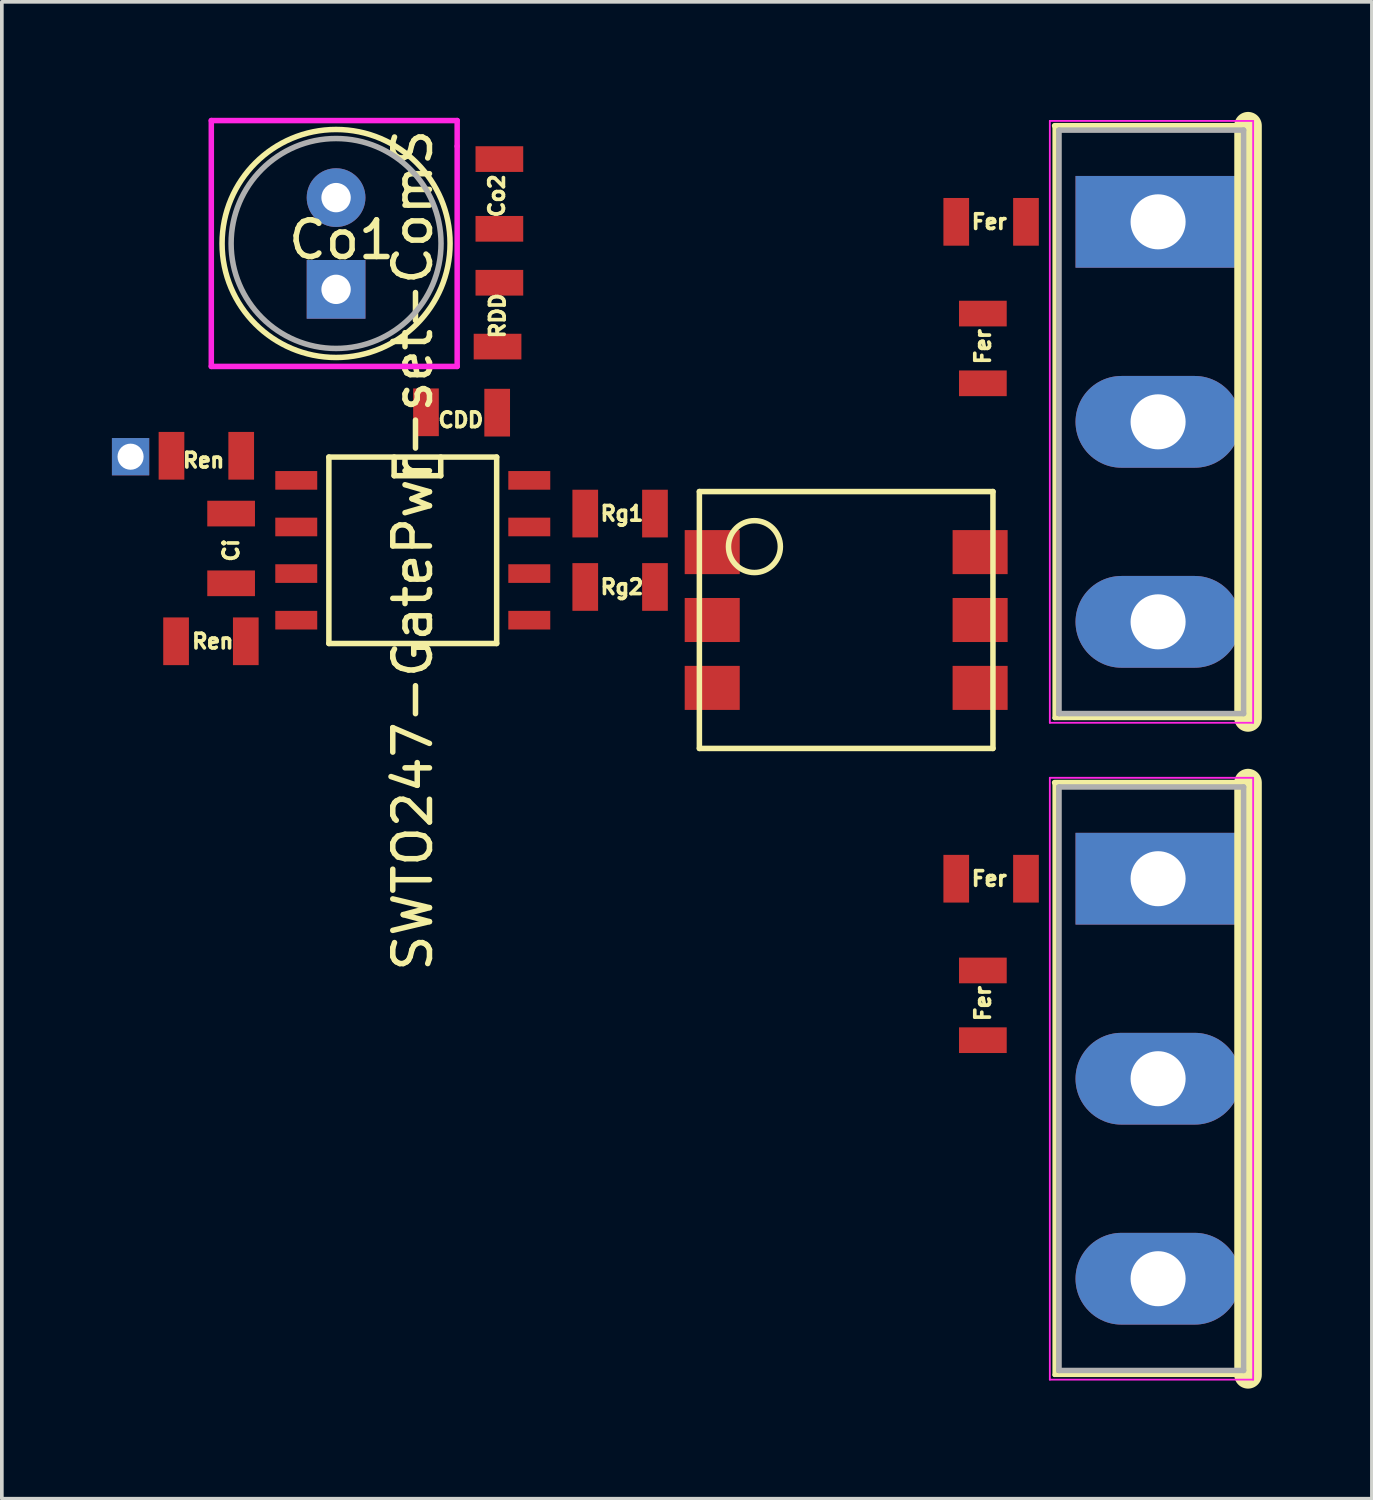
<source format=kicad_pcb>
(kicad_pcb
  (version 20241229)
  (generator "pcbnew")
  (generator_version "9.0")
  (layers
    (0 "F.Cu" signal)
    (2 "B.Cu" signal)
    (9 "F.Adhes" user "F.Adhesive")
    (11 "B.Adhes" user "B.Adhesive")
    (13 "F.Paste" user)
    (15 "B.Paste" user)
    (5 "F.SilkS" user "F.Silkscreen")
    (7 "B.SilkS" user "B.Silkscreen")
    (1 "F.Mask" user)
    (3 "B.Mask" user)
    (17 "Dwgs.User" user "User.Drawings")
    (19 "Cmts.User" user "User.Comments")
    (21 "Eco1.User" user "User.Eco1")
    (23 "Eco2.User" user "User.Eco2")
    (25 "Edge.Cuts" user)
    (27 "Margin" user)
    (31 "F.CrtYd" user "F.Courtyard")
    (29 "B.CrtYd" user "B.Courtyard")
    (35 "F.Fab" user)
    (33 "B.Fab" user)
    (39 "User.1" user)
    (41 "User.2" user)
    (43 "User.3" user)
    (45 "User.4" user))
  (footprint "SWTO247-GatePwr-set-ComS"
    (layer "F.Cu")
    (at 28.508 17.395)
    (property "Reference" "SWTO247-GatePwr-set-ComS" (at -20.31 -5.45 90) (layer "F.SilkS") (effects (font (size 1 1) (thickness 0.15))))
    (attr smd)
    (fp_line (start -22.596 -7.99) (end -18.024 -7.99) (stroke (width 0.15) (type solid)) (layer "F.SilkS"))
    (fp_line (start -22.596 -2.91) (end -22.596 -7.99) (stroke (width 0.15) (type solid)) (layer "F.SilkS"))
    (fp_line (start -20.818 -7.482) (end -20.818 -7.99) (stroke (width 0.15) (type solid)) (layer "F.SilkS"))
    (fp_line (start -19.548 -7.99) (end -19.548 -7.482) (stroke (width 0.15) (type solid)) (layer "F.SilkS"))
    (fp_line (start -19.548 -7.482) (end -20.818 -7.482) (stroke (width 0.15) (type solid)) (layer "F.SilkS"))
    (fp_line (start -18.024 -7.99) (end -18.024 -2.91) (stroke (width 0.15) (type solid)) (layer "F.SilkS"))
    (fp_line (start -18.024 -2.91) (end -22.596 -2.91) (stroke (width 0.15) (type solid)) (layer "F.SilkS"))
    (fp_line (start -12.5 -7.05) (end -4.5 -7.05) (stroke (width 0.15) (type solid)) (layer "F.SilkS"))
    (fp_line (start -12.5 -0.05) (end -12.5 -7.05) (stroke (width 0.15) (type solid)) (layer "F.SilkS"))
    (fp_line (start -4.5 -7.05) (end -4.5 -0.05) (stroke (width 0.15) (type solid)) (layer "F.SilkS"))
    (fp_line (start -4.5 -0.05) (end -12.5 -0.05) (stroke (width 0.15) (type solid)) (layer "F.SilkS"))
    (fp_line (start -2.82 -17.02) (end -2.82 -0.88) (stroke (width 0.12) (type solid)) (layer "F.SilkS"))
    (fp_line (start -2.82 0.88) (end -2.82 17.02) (stroke (width 0.12) (type solid)) (layer "F.SilkS"))
    (fp_line (start 2.451 -17.02) (end -2.82 -17.02) (stroke (width 0.15) (type solid)) (layer "F.SilkS"))
    (fp_line (start 2.451 -17.02) (end 2.451 -0.88) (stroke (width 0.75) (type solid)) (layer "F.SilkS"))
    (fp_line (start 2.451 -0.88) (end -2.82 -0.88) (stroke (width 0.12) (type solid)) (layer "F.SilkS"))
    (fp_line (start 2.451 0.88) (end -2.82 0.88) (stroke (width 0.15) (type solid)) (layer "F.SilkS"))
    (fp_line (start 2.451 0.88) (end 2.451 17.02) (stroke (width 0.75) (type solid)) (layer "F.SilkS"))
    (fp_line (start 2.451 17.02) (end -2.82 17.02) (stroke (width 0.12) (type solid)) (layer "F.SilkS"))
    (fp_circle (center -22.4 -13.81) (end -25 -12.11) (stroke (width 0.15) (type solid)) (fill no) (layer "F.SilkS"))
    (fp_circle (center -11 -5.55) (end -11.5 -6.05) (stroke (width 0.15) (type solid)) (fill no) (layer "F.SilkS"))
    (fp_line (start -25.8 -17.16) (end -19.1 -17.16) (stroke (width 0.15) (type solid)) (layer "F.CrtYd"))
    (fp_line (start -25.8 -10.46) (end -25.8 -17.16) (stroke (width 0.15) (type solid)) (layer "F.CrtYd"))
    (fp_line (start -19.1 -16.46) (end -19.1 -17.16) (stroke (width 0.15) (type solid)) (layer "F.CrtYd"))
    (fp_line (start -19.1 -10.46) (end -25.8 -10.46) (stroke (width 0.15) (type solid)) (layer "F.CrtYd"))
    (fp_line (start -19.1 -10.46) (end -19.1 -16.46) (stroke (width 0.15) (type solid)) (layer "F.CrtYd"))
    (fp_line (start -2.95 -17.15) (end -2.95 -0.75) (stroke (width 0.05) (type solid)) (layer "F.CrtYd"))
    (fp_line (start -2.95 -0.75) (end 2.59 -0.75) (stroke (width 0.05) (type solid)) (layer "F.CrtYd"))
    (fp_line (start -2.95 0.75) (end -2.95 17.15) (stroke (width 0.05) (type solid)) (layer "F.CrtYd"))
    (fp_line (start -2.95 17.15) (end 2.59 17.15) (stroke (width 0.05) (type solid)) (layer "F.CrtYd"))
    (fp_line (start 2.59 -17.15) (end -2.95 -17.15) (stroke (width 0.05) (type solid)) (layer "F.CrtYd"))
    (fp_line (start 2.59 -0.75) (end 2.59 -17.15) (stroke (width 0.05) (type solid)) (layer "F.CrtYd"))
    (fp_line (start 2.59 0.75) (end -2.95 0.75) (stroke (width 0.05) (type solid)) (layer "F.CrtYd"))
    (fp_line (start 2.59 17.15) (end 2.59 0.75) (stroke (width 0.05) (type solid)) (layer "F.CrtYd"))
    (fp_line (start -2.7 -16.9) (end -2.7 -1) (stroke (width 0.15) (type solid)) (layer "F.Fab"))
    (fp_line (start -2.7 -1) (end 2.33 -1) (stroke (width 0.15) (type solid)) (layer "F.Fab"))
    (fp_line (start -2.7 1) (end -2.7 16.9) (stroke (width 0.15) (type solid)) (layer "F.Fab"))
    (fp_line (start -2.7 16.9) (end 2.33 16.9) (stroke (width 0.15) (type solid)) (layer "F.Fab"))
    (fp_line (start 2.33 -16.9) (end -2.7 -16.9) (stroke (width 0.15) (type solid)) (layer "F.Fab"))
    (fp_line (start 2.33 -1) (end 2.33 -16.9) (stroke (width 0.15) (type solid)) (layer "F.Fab"))
    (fp_line (start 2.33 1) (end -2.7 1) (stroke (width 0.15) (type solid)) (layer "F.Fab"))
    (fp_line (start 2.33 16.9) (end 2.33 1) (stroke (width 0.15) (type solid)) (layer "F.Fab"))
    (fp_circle (center -22.4 -13.81) (end -24.7 -12.11) (stroke (width 0.15) (type solid)) (fill no) (layer "F.Fab"))
    (fp_text user "Ren" (at -25.76 -2.97 0) (layer "F.SilkS") (effects (font (size 0.4 0.4) (thickness 0.1))))
    (fp_text user "RDD" (at -18 -11.84 90) (layer "F.SilkS") (effects (font (size 0.4 0.4) (thickness 0.1))))
    (fp_text user "CDD" (at -19 -9 0) (layer "F.SilkS") (effects (font (size 0.4 0.4) (thickness 0.1))))
    (fp_text user "Co1" (at -22.25 -13.91 0) (layer "F.SilkS") (effects (font (size 1 1) (thickness 0.15))))
    (fp_text user "Ci" (at -25.26 -5.45 90) (layer "F.SilkS") (effects (font (size 0.4 0.4) (thickness 0.1))))
    (fp_text user "Ren" (at -26.01 -7.9 0) (layer "F.SilkS") (effects (font (size 0.4 0.4) (thickness 0.1))))
    (fp_text user "Co2" (at -18.02 -15.11 90) (layer "F.SilkS") (effects (font (size 0.4 0.4) (thickness 0.1))))
    (fp_text user "Fer" (at -4.6 3.5 180) (layer "F.SilkS") (effects (font (size 0.4 0.4) (thickness 0.1))))
    (fp_text user "Fer" (at -4.775 -11 90) (layer "F.SilkS") (effects (font (size 0.4 0.4) (thickness 0.1))))
    (fp_text user "Fer" (at -4.775 6.9 90) (layer "F.SilkS") (effects (font (size 0.4 0.4) (thickness 0.1))))
    (fp_text user "Rg2" (at -14.61 -4.45 0) (layer "F.SilkS") (effects (font (size 0.4 0.4) (thickness 0.1))))
    (fp_text user "Fer" (at -4.6 -14.4 180) (layer "F.SilkS") (effects (font (size 0.4 0.4) (thickness 0.1))))
    (fp_text user "Rg1" (at -14.61 -6.45 0) (layer "F.SilkS") (effects (font (size 0.4 0.4) (thickness 0.1))))
    (pad "+Vo" thru_hole rect (at -22.4 -12.56 180) (size 1.6 1.6) (drill 0.8) (layers "*.Cu" "*.Mask"))
    (pad "+Vo" smd rect (at -17.95 -14.21 270) (size 0.7 1.3) (layers "F.Cu" "F.Mask" "F.Paste"))
    (pad "+Vo" smd rect (at -17.95 -12.74 90) (size 0.7 1.3) (layers "F.Cu" "F.Mask" "F.Paste"))
    (pad "1" smd rect (at -13.71 -6.45) (size 0.7 1.3) (layers "F.Cu" "F.Mask" "F.Paste"))
    (pad "1" smd rect (at -13.71 -4.45) (size 0.7 1.3) (layers "F.Cu" "F.Mask" "F.Paste"))
    (pad "1" smd rect (at -12.15 -5.4 180) (size 1.5 1.2) (layers "F.Cu" "F.Mask" "F.Paste"))
    (pad "2a" smd rect (at -12.15 -3.55 180) (size 1.5 1.2) (layers "F.Cu" "F.Mask" "F.Paste"))
    (pad "3" thru_hole circle (at -22.4 -15.06 180) (size 1.6 1.6) (drill 0.8) (layers "*.Cu" "*.Mask"))
    (pad "3" smd rect (at -19.95 -9.21) (size 0.7 1.3) (layers "F.Cu" "F.Mask" "F.Paste"))
    (pad "3" smd rect (at -17.95 -16.11 270) (size 0.7 1.3) (layers "F.Cu" "F.Mask" "F.Paste"))
    (pad "3" smd rect (at -17.135 -3.545 270) (size 0.508 1.143) (layers "F.Cu" "F.Mask" "F.Paste"))
    (pad "3" smd rect (at -12.15 -1.7 180) (size 1.5 1.2) (layers "F.Cu" "F.Mask" "F.Paste"))
    (pad "5a" smd rect (at -4.85 -3.55 180) (size 1.5 1.2) (layers "F.Cu" "F.Mask" "F.Paste"))
    (pad "6" smd rect (at -5.5 -14.4 180) (size 0.7 1.3) (layers "F.Cu" "F.Mask" "F.Paste"))
    (pad "6" smd rect (at -5.5 3.5 180) (size 0.7 1.3) (layers "F.Cu" "F.Mask" "F.Paste"))
    (pad "6" smd rect (at -4.85 -5.4 180) (size 1.5 1.2) (layers "F.Cu" "F.Mask" "F.Paste"))
    (pad "6" smd rect (at -4.775 -11.9 90) (size 0.7 1.3) (layers "F.Cu" "F.Mask" "F.Paste"))
    (pad "6" smd rect (at -4.775 6 90) (size 0.7 1.3) (layers "F.Cu" "F.Mask" "F.Paste"))
    (pad "Da" thru_hole oval (at 0 -8.95 180) (size 4.5 2.5) (drill 1.5) (layers "*.Cu" "*.Mask"))
    (pad "Db" thru_hole oval (at 0 8.95 180) (size 4.5 2.5) (drill 1.5) (layers "*.Cu" "*.Mask"))
    (pad "EN" smd rect (at -24.86 -2.97) (size 0.7 1.3) (layers "F.Cu" "F.Mask" "F.Paste"))
    (pad "EN" smd rect (at -23.485 -3.545 270) (size 0.508 1.143) (layers "F.Cu" "F.Mask" "F.Paste"))
    (pad "GNDi" smd rect (at -25.26 -4.55 270) (size 0.7 1.3) (layers "F.Cu" "F.Mask" "F.Paste"))
    (pad "GNDi" smd rect (at -23.485 -4.815 270) (size 0.508 1.143) (layers "F.Cu" "F.Mask" "F.Paste"))
    (pad "Ga" smd rect (at -3.6 -14.4 180) (size 0.7 1.3) (layers "F.Cu" "F.Mask" "F.Paste"))
    (pad "Ga" thru_hole rect (at 0 -14.4 180) (size 4.5 2.5) (drill 1.5) (layers "*.Cu" "*.Mask"))
    (pad "Gb" smd rect (at -3.6 3.5 180) (size 0.7 1.3) (layers "F.Cu" "F.Mask" "F.Paste"))
    (pad "Gb" thru_hole rect (at 0 3.5 180) (size 4.5 2.5) (drill 1.5) (layers "*.Cu" "*.Mask"))
    (pad "S" smd rect (at -4.85 -1.7 180) (size 1.5 1.2) (layers "F.Cu" "F.Mask" "F.Paste"))
    (pad "S" smd rect (at -4.775 7.9 90) (size 0.7 1.3) (layers "F.Cu" "F.Mask" "F.Paste"))
    (pad "S" thru_hole oval (at 0 -3.5 180) (size 4.5 2.5) (drill 1.5) (layers "*.Cu" "*.Mask"))
    (pad "S" thru_hole oval (at 0 14.4 180) (size 4.5 2.5) (drill 1.5) (layers "*.Cu" "*.Mask"))
    (pad "Sa" smd rect (at -4.775 -10 90) (size 0.7 1.3) (layers "F.Cu" "F.Mask" "F.Paste"))
    (pad "VDD" smd rect (at -18.01 -9.2) (size 0.7 1.3) (layers "F.Cu" "F.Mask" "F.Paste"))
    (pad "VDD" smd rect (at -18 -11 90) (size 0.7 1.3) (layers "F.Cu" "F.Mask" "F.Paste"))
    (pad "VDD" smd rect (at -17.135 -7.355 270) (size 0.508 1.143) (layers "F.Cu" "F.Mask" "F.Paste"))
    (pad "VDDi" smd rect (at -26.76 -2.97) (size 0.7 1.3) (layers "F.Cu" "F.Mask" "F.Paste"))
    (pad "VDDi" smd rect (at -25.26 -6.45 270) (size 0.7 1.3) (layers "F.Cu" "F.Mask" "F.Paste"))
    (pad "VDDi" smd rect (at -23.485 -6.085 270) (size 0.508 1.143) (layers "F.Cu" "F.Mask" "F.Paste"))
    (pad "VI" smd rect (at -24.985 -8.025) (size 0.7 1.3) (layers "F.Cu" "F.Mask" "F.Paste"))
    (pad "VI" smd rect (at -23.485 -7.355 270) (size 0.508 1.143) (layers "F.Cu" "F.Mask" "F.Paste"))
    (pad "Vg+" smd rect (at -17.135 -6.085 270) (size 0.508 1.143) (layers "F.Cu" "F.Mask" "F.Paste"))
    (pad "Vg+" smd rect (at -15.61 -6.45) (size 0.7 1.3) (layers "F.Cu" "F.Mask" "F.Paste"))
    (pad "Vg-" smd rect (at -17.135 -4.815 270) (size 0.508 1.143) (layers "F.Cu" "F.Mask" "F.Paste"))
    (pad "Vg-" smd rect (at -15.61 -4.45) (size 0.7 1.3) (layers "F.Cu" "F.Mask" "F.Paste"))
    (pad "Vsig" thru_hole rect (at -28 -8 270) (size 1.016 1.016) (drill 0.711) (layers "*.Cu" "*.Mask"))
    (pad "Vsig" smd rect (at -26.885 -8.025) (size 0.7 1.3) (layers "F.Cu" "F.Mask" "F.Paste")))
  (gr_rect
    (start -3 -3)
    (end 34.334 37.79)
    (stroke (width 0.1) (type default))
    (fill no)
    (layer "Edge.Cuts")))
</source>
